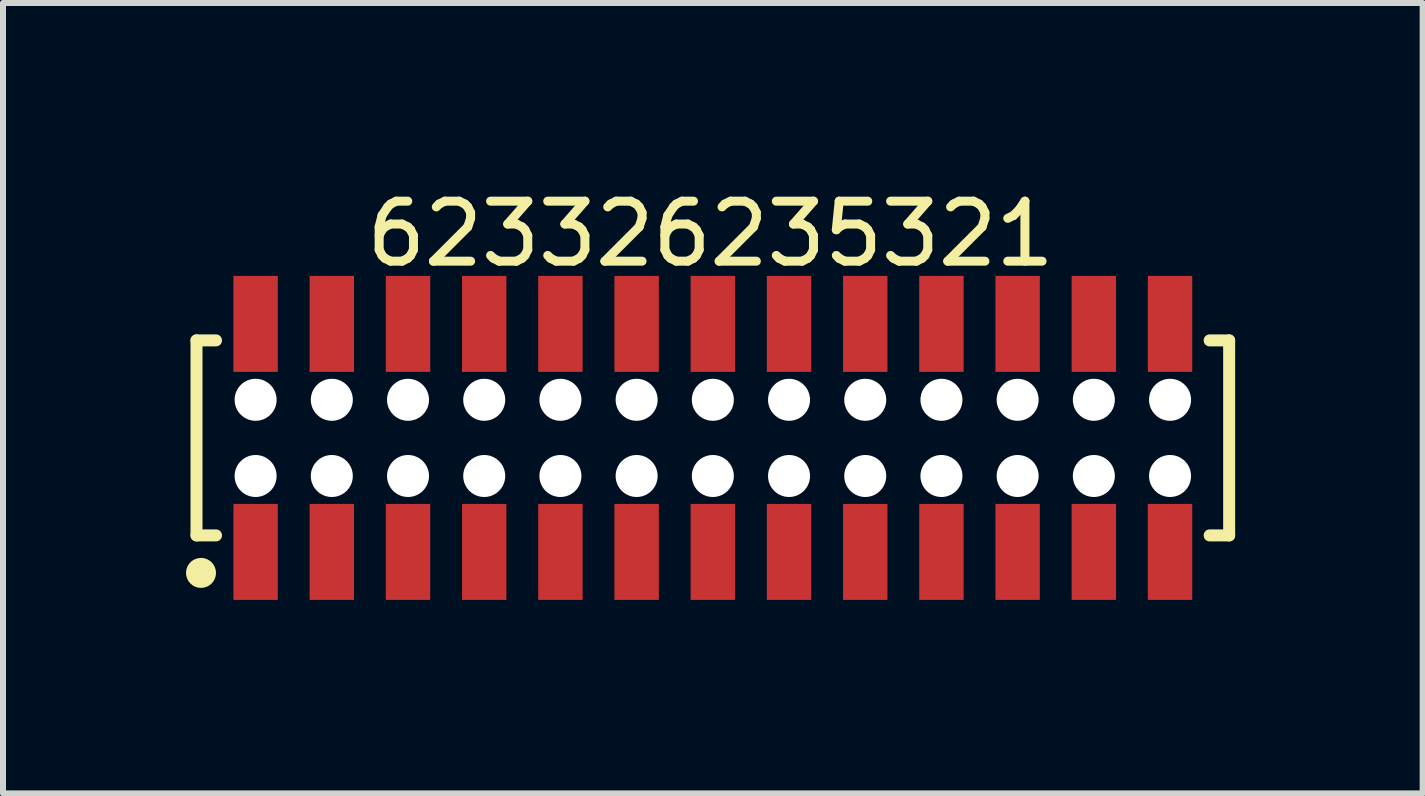
<source format=kicad_pcb>
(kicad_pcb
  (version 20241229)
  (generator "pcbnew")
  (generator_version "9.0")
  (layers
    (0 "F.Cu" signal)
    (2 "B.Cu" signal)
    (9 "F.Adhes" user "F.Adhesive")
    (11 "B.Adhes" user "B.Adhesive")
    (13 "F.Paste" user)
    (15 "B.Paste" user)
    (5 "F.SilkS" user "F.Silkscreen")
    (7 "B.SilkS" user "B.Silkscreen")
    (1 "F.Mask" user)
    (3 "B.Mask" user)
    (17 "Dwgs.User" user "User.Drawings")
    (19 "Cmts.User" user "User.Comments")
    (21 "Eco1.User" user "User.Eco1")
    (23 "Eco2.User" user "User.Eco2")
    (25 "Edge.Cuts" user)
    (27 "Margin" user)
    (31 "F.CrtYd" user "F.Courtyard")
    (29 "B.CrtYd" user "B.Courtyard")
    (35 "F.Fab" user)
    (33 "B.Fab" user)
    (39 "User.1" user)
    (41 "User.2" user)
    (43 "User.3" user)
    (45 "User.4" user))
  (footprint "623326235321"
    (layer "F.Cu")
    (at 8.83 4.248)
    (property "Reference" "623326235321" (at -0.037 -3.4 0) (layer "F.SilkS") (effects (font (size 1 1) (thickness 0.15))))
    (fp_line (start -8.605 -1.625) (end -8.28 -1.625) (stroke (width 0.2) (type solid)) (layer "F.SilkS"))
    (fp_line (start -8.605 1.625) (end -8.605 -1.625) (stroke (width 0.2) (type solid)) (layer "F.SilkS"))
    (fp_line (start -8.605 1.625) (end -8.28 1.625) (stroke (width 0.2) (type solid)) (layer "F.SilkS"))
    (fp_line (start 8.28 -1.625) (end 8.605 -1.625) (stroke (width 0.2) (type solid)) (layer "F.SilkS"))
    (fp_line (start 8.28 1.625) (end 8.605 1.625) (stroke (width 0.2) (type solid)) (layer "F.SilkS"))
    (fp_line (start 8.605 1.625) (end 8.605 -1.625) (stroke (width 0.2) (type solid)) (layer "F.SilkS"))
    (fp_circle (center -8.53 2.25) (end -8.53 2.125) (stroke (width 0.25) (type solid)) (fill no) (layer "F.SilkS"))
    (fp_line (start -8.805 -2.9) (end 8.805 -2.9) (stroke (width 0.05) (type solid)) (layer "Eco2.User"))
    (fp_line (start -8.805 2.9) (end -8.805 -2.9) (stroke (width 0.05) (type solid)) (layer "Eco2.User"))
    (fp_line (start -8.805 2.9) (end 8.805 2.9) (stroke (width 0.05) (type solid)) (layer "Eco2.User"))
    (fp_line (start -8.455 -1.55) (end 8.455 -1.55) (stroke (width 0.1) (type solid)) (layer "Eco2.User"))
    (fp_line (start -8.455 1.55) (end -8.455 -1.55) (stroke (width 0.1) (type solid)) (layer "Eco2.User"))
    (fp_line (start -8.455 1.55) (end 8.455 1.55) (stroke (width 0.1) (type solid)) (layer "Eco2.User"))
    (fp_line (start -7.82 -2.2) (end -7.42 -2.2) (stroke (width 0.1) (type solid)) (layer "Eco2.User"))
    (fp_line (start -7.82 -1.55) (end -7.82 -2.2) (stroke (width 0.1) (type solid)) (layer "Eco2.User"))
    (fp_line (start -7.82 2.2) (end -7.82 1.55) (stroke (width 0.1) (type solid)) (layer "Eco2.User"))
    (fp_line (start -7.82 2.2) (end -7.42 2.2) (stroke (width 0.1) (type solid)) (layer "Eco2.User"))
    (fp_line (start -7.42 -1.55) (end -7.42 -2.2) (stroke (width 0.1) (type solid)) (layer "Eco2.User"))
    (fp_line (start -7.42 2.2) (end -7.42 1.55) (stroke (width 0.1) (type solid)) (layer "Eco2.User"))
    (fp_line (start -6.55 -2.2) (end -6.15 -2.2) (stroke (width 0.1) (type solid)) (layer "Eco2.User"))
    (fp_line (start -6.55 -1.55) (end -6.55 -2.2) (stroke (width 0.1) (type solid)) (layer "Eco2.User"))
    (fp_line (start -6.55 2.2) (end -6.55 1.55) (stroke (width 0.1) (type solid)) (layer "Eco2.User"))
    (fp_line (start -6.55 2.2) (end -6.15 2.2) (stroke (width 0.1) (type solid)) (layer "Eco2.User"))
    (fp_line (start -6.15 -1.55) (end -6.15 -2.2) (stroke (width 0.1) (type solid)) (layer "Eco2.User"))
    (fp_line (start -6.15 2.2) (end -6.15 1.55) (stroke (width 0.1) (type solid)) (layer "Eco2.User"))
    (fp_line (start -5.28 -2.2) (end -4.88 -2.2) (stroke (width 0.1) (type solid)) (layer "Eco2.User"))
    (fp_line (start -5.28 -1.55) (end -5.28 -2.2) (stroke (width 0.1) (type solid)) (layer "Eco2.User"))
    (fp_line (start -5.28 2.2) (end -5.28 1.55) (stroke (width 0.1) (type solid)) (layer "Eco2.User"))
    (fp_line (start -5.28 2.2) (end -4.88 2.2) (stroke (width 0.1) (type solid)) (layer "Eco2.User"))
    (fp_line (start -4.88 -1.55) (end -4.88 -2.2) (stroke (width 0.1) (type solid)) (layer "Eco2.User"))
    (fp_line (start -4.88 2.2) (end -4.88 1.55) (stroke (width 0.1) (type solid)) (layer "Eco2.User"))
    (fp_line (start -4.01 -2.2) (end -3.61 -2.2) (stroke (width 0.1) (type solid)) (layer "Eco2.User"))
    (fp_line (start -4.01 -1.55) (end -4.01 -2.2) (stroke (width 0.1) (type solid)) (layer "Eco2.User"))
    (fp_line (start -4.01 2.2) (end -4.01 1.55) (stroke (width 0.1) (type solid)) (layer "Eco2.User"))
    (fp_line (start -4.01 2.2) (end -3.61 2.2) (stroke (width 0.1) (type solid)) (layer "Eco2.User"))
    (fp_line (start -3.61 -1.55) (end -3.61 -2.2) (stroke (width 0.1) (type solid)) (layer "Eco2.User"))
    (fp_line (start -3.61 2.2) (end -3.61 1.55) (stroke (width 0.1) (type solid)) (layer "Eco2.User"))
    (fp_line (start -2.74 -2.2) (end -2.34 -2.2) (stroke (width 0.1) (type solid)) (layer "Eco2.User"))
    (fp_line (start -2.74 -1.55) (end -2.74 -2.2) (stroke (width 0.1) (type solid)) (layer "Eco2.User"))
    (fp_line (start -2.74 2.2) (end -2.74 1.55) (stroke (width 0.1) (type solid)) (layer "Eco2.User"))
    (fp_line (start -2.74 2.2) (end -2.34 2.2) (stroke (width 0.1) (type solid)) (layer "Eco2.User"))
    (fp_line (start -2.34 -1.55) (end -2.34 -2.2) (stroke (width 0.1) (type solid)) (layer "Eco2.User"))
    (fp_line (start -2.34 2.2) (end -2.34 1.55) (stroke (width 0.1) (type solid)) (layer "Eco2.User"))
    (fp_line (start -1.47 -2.2) (end -1.07 -2.2) (stroke (width 0.1) (type solid)) (layer "Eco2.User"))
    (fp_line (start -1.47 -1.55) (end -1.47 -2.2) (stroke (width 0.1) (type solid)) (layer "Eco2.User"))
    (fp_line (start -1.47 2.2) (end -1.47 1.55) (stroke (width 0.1) (type solid)) (layer "Eco2.User"))
    (fp_line (start -1.47 2.2) (end -1.07 2.2) (stroke (width 0.1) (type solid)) (layer "Eco2.User"))
    (fp_line (start -1.07 -1.55) (end -1.07 -2.2) (stroke (width 0.1) (type solid)) (layer "Eco2.User"))
    (fp_line (start -1.07 2.2) (end -1.07 1.55) (stroke (width 0.1) (type solid)) (layer "Eco2.User"))
    (fp_line (start -0.5 0) (end 0.5 0) (stroke (width 0.05) (type solid)) (layer "Eco2.User"))
    (fp_line (start -0.2 -2.2) (end 0.2 -2.2) (stroke (width 0.1) (type solid)) (layer "Eco2.User"))
    (fp_line (start -0.2 -1.55) (end -0.2 -2.2) (stroke (width 0.1) (type solid)) (layer "Eco2.User"))
    (fp_line (start -0.2 2.2) (end -0.2 1.55) (stroke (width 0.1) (type solid)) (layer "Eco2.User"))
    (fp_line (start -0.2 2.2) (end 0.2 2.2) (stroke (width 0.1) (type solid)) (layer "Eco2.User"))
    (fp_line (start 0 0.5) (end 0 -0.5) (stroke (width 0.05) (type solid)) (layer "Eco2.User"))
    (fp_line (start 0.2 -1.55) (end 0.2 -2.2) (stroke (width 0.1) (type solid)) (layer "Eco2.User"))
    (fp_line (start 0.2 2.2) (end 0.2 1.55) (stroke (width 0.1) (type solid)) (layer "Eco2.User"))
    (fp_line (start 1.07 -2.2) (end 1.47 -2.2) (stroke (width 0.1) (type solid)) (layer "Eco2.User"))
    (fp_line (start 1.07 -1.55) (end 1.07 -2.2) (stroke (width 0.1) (type solid)) (layer "Eco2.User"))
    (fp_line (start 1.07 2.2) (end 1.07 1.55) (stroke (width 0.1) (type solid)) (layer "Eco2.User"))
    (fp_line (start 1.07 2.2) (end 1.47 2.2) (stroke (width 0.1) (type solid)) (layer "Eco2.User"))
    (fp_line (start 1.47 -1.55) (end 1.47 -2.2) (stroke (width 0.1) (type solid)) (layer "Eco2.User"))
    (fp_line (start 1.47 2.2) (end 1.47 1.55) (stroke (width 0.1) (type solid)) (layer "Eco2.User"))
    (fp_line (start 2.34 -2.2) (end 2.74 -2.2) (stroke (width 0.1) (type solid)) (layer "Eco2.User"))
    (fp_line (start 2.34 -1.55) (end 2.34 -2.2) (stroke (width 0.1) (type solid)) (layer "Eco2.User"))
    (fp_line (start 2.34 2.2) (end 2.34 1.55) (stroke (width 0.1) (type solid)) (layer "Eco2.User"))
    (fp_line (start 2.34 2.2) (end 2.74 2.2) (stroke (width 0.1) (type solid)) (layer "Eco2.User"))
    (fp_line (start 2.74 -1.55) (end 2.74 -2.2) (stroke (width 0.1) (type solid)) (layer "Eco2.User"))
    (fp_line (start 2.74 2.2) (end 2.74 1.55) (stroke (width 0.1) (type solid)) (layer "Eco2.User"))
    (fp_line (start 3.61 -2.2) (end 4.01 -2.2) (stroke (width 0.1) (type solid)) (layer "Eco2.User"))
    (fp_line (start 3.61 -1.55) (end 3.61 -2.2) (stroke (width 0.1) (type solid)) (layer "Eco2.User"))
    (fp_line (start 3.61 2.2) (end 3.61 1.55) (stroke (width 0.1) (type solid)) (layer "Eco2.User"))
    (fp_line (start 3.61 2.2) (end 4.01 2.2) (stroke (width 0.1) (type solid)) (layer "Eco2.User"))
    (fp_line (start 4.01 -1.55) (end 4.01 -2.2) (stroke (width 0.1) (type solid)) (layer "Eco2.User"))
    (fp_line (start 4.01 2.2) (end 4.01 1.55) (stroke (width 0.1) (type solid)) (layer "Eco2.User"))
    (fp_line (start 4.88 -2.2) (end 5.28 -2.2) (stroke (width 0.1) (type solid)) (layer "Eco2.User"))
    (fp_line (start 4.88 -1.55) (end 4.88 -2.2) (stroke (width 0.1) (type solid)) (layer "Eco2.User"))
    (fp_line (start 4.88 2.2) (end 4.88 1.55) (stroke (width 0.1) (type solid)) (layer "Eco2.User"))
    (fp_line (start 4.88 2.2) (end 5.28 2.2) (stroke (width 0.1) (type solid)) (layer "Eco2.User"))
    (fp_line (start 5.28 -1.55) (end 5.28 -2.2) (stroke (width 0.1) (type solid)) (layer "Eco2.User"))
    (fp_line (start 5.28 2.2) (end 5.28 1.55) (stroke (width 0.1) (type solid)) (layer "Eco2.User"))
    (fp_line (start 6.15 -2.2) (end 6.55 -2.2) (stroke (width 0.1) (type solid)) (layer "Eco2.User"))
    (fp_line (start 6.15 -1.55) (end 6.15 -2.2) (stroke (width 0.1) (type solid)) (layer "Eco2.User"))
    (fp_line (start 6.15 2.2) (end 6.15 1.55) (stroke (width 0.1) (type solid)) (layer "Eco2.User"))
    (fp_line (start 6.15 2.2) (end 6.55 2.2) (stroke (width 0.1) (type solid)) (layer "Eco2.User"))
    (fp_line (start 6.55 -1.55) (end 6.55 -2.2) (stroke (width 0.1) (type solid)) (layer "Eco2.User"))
    (fp_line (start 6.55 2.2) (end 6.55 1.55) (stroke (width 0.1) (type solid)) (layer "Eco2.User"))
    (fp_line (start 7.42 -2.2) (end 7.82 -2.2) (stroke (width 0.1) (type solid)) (layer "Eco2.User"))
    (fp_line (start 7.42 -1.55) (end 7.42 -2.2) (stroke (width 0.1) (type solid)) (layer "Eco2.User"))
    (fp_line (start 7.42 2.2) (end 7.42 1.55) (stroke (width 0.1) (type solid)) (layer "Eco2.User"))
    (fp_line (start 7.42 2.2) (end 7.82 2.2) (stroke (width 0.1) (type solid)) (layer "Eco2.User"))
    (fp_line (start 7.82 -1.55) (end 7.82 -2.2) (stroke (width 0.1) (type solid)) (layer "Eco2.User"))
    (fp_line (start 7.82 2.2) (end 7.82 1.55) (stroke (width 0.1) (type solid)) (layer "Eco2.User"))
    (fp_line (start 8.455 1.55) (end 8.455 -1.55) (stroke (width 0.1) (type solid)) (layer "Eco2.User"))
    (fp_line (start 8.805 2.9) (end 8.805 -2.9) (stroke (width 0.05) (type solid)) (layer "Eco2.User"))
    (fp_text user "${REFERENCE}" (at 0.15 -0.197 0) (unlocked yes) (layer "User.3") (effects (font (size 1.5 1.5) (thickness 0.15))))
    (pad "" np_thru_hole circle (at -7.62 -0.635) (size 0.7 0.7) (drill 0.7) (layers "*.Cu" "*.Mask"))
    (pad "" np_thru_hole circle (at -7.62 0.635) (size 0.7 0.7) (drill 0.7) (layers "*.Cu" "*.Mask"))
    (pad "" np_thru_hole circle (at -6.35 -0.635) (size 0.7 0.7) (drill 0.7) (layers "*.Cu" "*.Mask"))
    (pad "" np_thru_hole circle (at -6.35 0.635) (size 0.7 0.7) (drill 0.7) (layers "*.Cu" "*.Mask"))
    (pad "" np_thru_hole circle (at -5.08 -0.635) (size 0.7 0.7) (drill 0.7) (layers "*.Cu" "*.Mask"))
    (pad "" np_thru_hole circle (at -5.08 0.635) (size 0.7 0.7) (drill 0.7) (layers "*.Cu" "*.Mask"))
    (pad "" np_thru_hole circle (at -3.81 -0.635) (size 0.7 0.7) (drill 0.7) (layers "*.Cu" "*.Mask"))
    (pad "" np_thru_hole circle (at -3.81 0.635) (size 0.7 0.7) (drill 0.7) (layers "*.Cu" "*.Mask"))
    (pad "" np_thru_hole circle (at -2.54 -0.635) (size 0.7 0.7) (drill 0.7) (layers "*.Cu" "*.Mask"))
    (pad "" np_thru_hole circle (at -2.54 0.635) (size 0.7 0.7) (drill 0.7) (layers "*.Cu" "*.Mask"))
    (pad "" np_thru_hole circle (at -1.27 -0.635) (size 0.7 0.7) (drill 0.7) (layers "*.Cu" "*.Mask"))
    (pad "" np_thru_hole circle (at -1.27 0.635) (size 0.7 0.7) (drill 0.7) (layers "*.Cu" "*.Mask"))
    (pad "" np_thru_hole circle (at 0 -0.635) (size 0.7 0.7) (drill 0.7) (layers "*.Cu" "*.Mask"))
    (pad "" np_thru_hole circle (at 0 0.635) (size 0.7 0.7) (drill 0.7) (layers "*.Cu" "*.Mask"))
    (pad "" np_thru_hole circle (at 1.27 -0.635) (size 0.7 0.7) (drill 0.7) (layers "*.Cu" "*.Mask"))
    (pad "" np_thru_hole circle (at 1.27 0.635) (size 0.7 0.7) (drill 0.7) (layers "*.Cu" "*.Mask"))
    (pad "" np_thru_hole circle (at 2.54 -0.635) (size 0.7 0.7) (drill 0.7) (layers "*.Cu" "*.Mask"))
    (pad "" np_thru_hole circle (at 2.54 0.635) (size 0.7 0.7) (drill 0.7) (layers "*.Cu" "*.Mask"))
    (pad "" np_thru_hole circle (at 3.81 -0.635) (size 0.7 0.7) (drill 0.7) (layers "*.Cu" "*.Mask"))
    (pad "" np_thru_hole circle (at 3.81 0.635) (size 0.7 0.7) (drill 0.7) (layers "*.Cu" "*.Mask"))
    (pad "" np_thru_hole circle (at 5.08 -0.635) (size 0.7 0.7) (drill 0.7) (layers "*.Cu" "*.Mask"))
    (pad "" np_thru_hole circle (at 5.08 0.635) (size 0.7 0.7) (drill 0.7) (layers "*.Cu" "*.Mask"))
    (pad "" np_thru_hole circle (at 6.35 -0.635) (size 0.7 0.7) (drill 0.7) (layers "*.Cu" "*.Mask"))
    (pad "" np_thru_hole circle (at 6.35 0.635) (size 0.7 0.7) (drill 0.7) (layers "*.Cu" "*.Mask"))
    (pad "" np_thru_hole circle (at 7.62 -0.635) (size 0.7 0.7) (drill 0.7) (layers "*.Cu" "*.Mask"))
    (pad "" np_thru_hole circle (at 7.62 0.635) (size 0.7 0.7) (drill 0.7) (layers "*.Cu" "*.Mask"))
    (pad "1" smd rect (at -7.62 1.9) (size 0.74 1.6) (layers "F.Cu" "F.Mask" "F.Paste"))
    (pad "2" smd rect (at -7.62 -1.9) (size 0.74 1.6) (layers "F.Cu" "F.Mask" "F.Paste"))
    (pad "3" smd rect (at -6.35 1.9) (size 0.74 1.6) (layers "F.Cu" "F.Mask" "F.Paste"))
    (pad "4" smd rect (at -6.35 -1.9) (size 0.74 1.6) (layers "F.Cu" "F.Mask" "F.Paste"))
    (pad "5" smd rect (at -5.08 1.9) (size 0.74 1.6) (layers "F.Cu" "F.Mask" "F.Paste"))
    (pad "6" smd rect (at -5.08 -1.9) (size 0.74 1.6) (layers "F.Cu" "F.Mask" "F.Paste"))
    (pad "7" smd rect (at -3.81 1.9) (size 0.74 1.6) (layers "F.Cu" "F.Mask" "F.Paste"))
    (pad "8" smd rect (at -3.81 -1.9) (size 0.74 1.6) (layers "F.Cu" "F.Mask" "F.Paste"))
    (pad "9" smd rect (at -2.54 1.9) (size 0.74 1.6) (layers "F.Cu" "F.Mask" "F.Paste"))
    (pad "10" smd rect (at -2.54 -1.9) (size 0.74 1.6) (layers "F.Cu" "F.Mask" "F.Paste"))
    (pad "11" smd rect (at -1.27 1.9) (size 0.74 1.6) (layers "F.Cu" "F.Mask" "F.Paste"))
    (pad "12" smd rect (at -1.27 -1.9) (size 0.74 1.6) (layers "F.Cu" "F.Mask" "F.Paste"))
    (pad "13" smd rect (at 0 1.9) (size 0.74 1.6) (layers "F.Cu" "F.Mask" "F.Paste"))
    (pad "14" smd rect (at 0 -1.9) (size 0.74 1.6) (layers "F.Cu" "F.Mask" "F.Paste"))
    (pad "15" smd rect (at 1.27 1.9) (size 0.74 1.6) (layers "F.Cu" "F.Mask" "F.Paste"))
    (pad "16" smd rect (at 1.27 -1.9) (size 0.74 1.6) (layers "F.Cu" "F.Mask" "F.Paste"))
    (pad "17" smd rect (at 2.54 1.9) (size 0.74 1.6) (layers "F.Cu" "F.Mask" "F.Paste"))
    (pad "18" smd rect (at 2.54 -1.9) (size 0.74 1.6) (layers "F.Cu" "F.Mask" "F.Paste"))
    (pad "19" smd rect (at 3.81 1.9) (size 0.74 1.6) (layers "F.Cu" "F.Mask" "F.Paste"))
    (pad "20" smd rect (at 3.81 -1.9) (size 0.74 1.6) (layers "F.Cu" "F.Mask" "F.Paste"))
    (pad "21" smd rect (at 5.08 1.9) (size 0.74 1.6) (layers "F.Cu" "F.Mask" "F.Paste"))
    (pad "22" smd rect (at 5.08 -1.9) (size 0.74 1.6) (layers "F.Cu" "F.Mask" "F.Paste"))
    (pad "23" smd rect (at 6.35 1.9) (size 0.74 1.6) (layers "F.Cu" "F.Mask" "F.Paste"))
    (pad "24" smd rect (at 6.35 -1.9) (size 0.74 1.6) (layers "F.Cu" "F.Mask" "F.Paste"))
    (pad "25" smd rect (at 7.62 1.9) (size 0.74 1.6) (layers "F.Cu" "F.Mask" "F.Paste"))
    (pad "26" smd rect (at 7.62 -1.9) (size 0.74 1.6) (layers "F.Cu" "F.Mask" "F.Paste")))
  (gr_rect
    (start -3 -3)
    (end 20.66 10.173)
    (stroke (width 0.1) (type default))
    (fill no)
    (layer "Edge.Cuts")))
</source>
